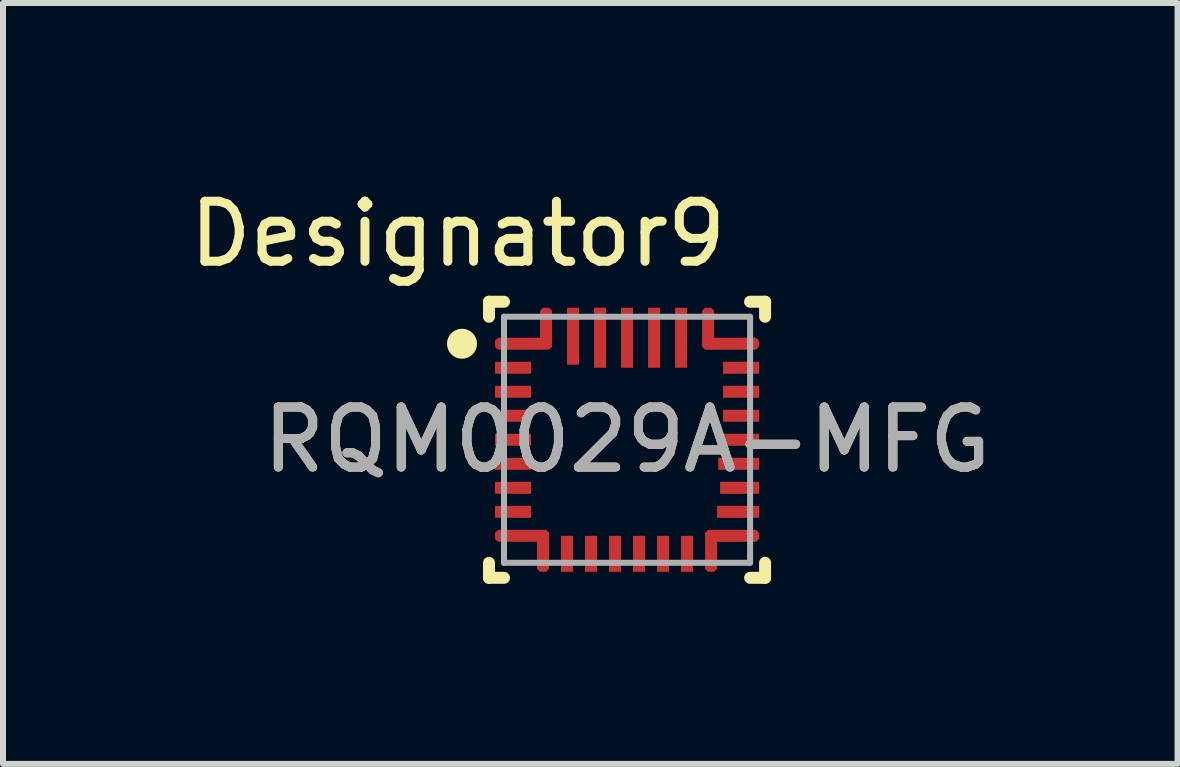
<source format=kicad_pcb>
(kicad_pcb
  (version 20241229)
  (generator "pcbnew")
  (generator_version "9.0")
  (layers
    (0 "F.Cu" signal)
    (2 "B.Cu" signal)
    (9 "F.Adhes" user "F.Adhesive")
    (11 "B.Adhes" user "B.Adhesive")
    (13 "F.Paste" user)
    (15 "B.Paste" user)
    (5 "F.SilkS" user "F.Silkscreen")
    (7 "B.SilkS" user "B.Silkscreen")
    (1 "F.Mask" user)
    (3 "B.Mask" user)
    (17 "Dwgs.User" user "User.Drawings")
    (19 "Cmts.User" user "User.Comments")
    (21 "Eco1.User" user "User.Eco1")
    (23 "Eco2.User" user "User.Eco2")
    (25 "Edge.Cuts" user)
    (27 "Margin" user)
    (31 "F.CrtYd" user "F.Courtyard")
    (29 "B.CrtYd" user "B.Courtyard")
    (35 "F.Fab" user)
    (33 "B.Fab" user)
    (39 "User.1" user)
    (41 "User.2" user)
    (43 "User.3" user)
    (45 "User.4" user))
  (footprint "RQM0029A-MFG"
    (layer "F.Cu")
    (at 7.397 4.277)
    (property "Reference" "RQM0029A-MFG" (at 0 0 0) (unlocked yes) (layer "F.SilkS") (effects (font (size 1 1) (thickness 0.15))))
    (attr smd)
    (fp_poly (pts (xy -2.2 -1.65) (xy -2.15 -1.7) (xy -1.45 -1.7) (xy -1.45 -2.15) (xy -1.4 -2.2) (xy -1.3 -2.2) (xy -1.25 -2.15) (xy -1.25 -1.55) (xy -1.3 -1.5) (xy -2.15 -1.5) (xy -2.2 -1.55)) (stroke (width 0) (type solid)) (fill yes) (layer "F.Cu"))
    (fp_poly (pts (xy -2.2 1.65) (xy -2.15 1.7) (xy -1.5 1.7) (xy -1.5 2.15) (xy -1.45 2.2) (xy -1.35 2.2) (xy -1.3 2.15) (xy -1.3 1.55) (xy -1.35 1.5) (xy -2.15 1.5) (xy -2.2 1.55)) (stroke (width 0) (type solid)) (fill yes) (layer "F.Cu"))
    (fp_poly (pts (xy 2.2 -1.65) (xy 2.15 -1.7) (xy 1.45 -1.7) (xy 1.45 -2.15) (xy 1.4 -2.2) (xy 1.3 -2.2) (xy 1.25 -2.15) (xy 1.25 -1.55) (xy 1.3 -1.5) (xy 2.15 -1.5) (xy 2.2 -1.55)) (stroke (width 0) (type solid)) (fill yes) (layer "F.Cu"))
    (fp_poly (pts (xy 2.2 1.65) (xy 2.15 1.7) (xy 1.5 1.7) (xy 1.5 2.15) (xy 1.45 2.2) (xy 1.35 2.2) (xy 1.3 2.15) (xy 1.3 1.55) (xy 1.35 1.5) (xy 2.15 1.5) (xy 2.2 1.55)) (stroke (width 0) (type solid)) (fill yes) (layer "F.Cu"))
    (fp_poly (pts (xy -2.2 -1.65) (xy -2.15 -1.7) (xy -1.45 -1.7) (xy -1.45 -2.15) (xy -1.4 -2.2) (xy -1.3 -2.2) (xy -1.25 -2.15) (xy -1.25 -1.55) (xy -1.3 -1.5) (xy -2.15 -1.5) (xy -2.2 -1.55)) (stroke (width 0) (type solid)) (fill yes) (layer "F.Mask"))
    (fp_poly (pts (xy -2.2 1.65) (xy -2.2 1.55) (xy -2.15 1.5) (xy -1.35 1.5) (xy -1.3 1.55) (xy -1.3 2.15) (xy -1.35 2.2) (xy -1.45 2.2) (xy -1.5 2.15) (xy -1.5 1.7) (xy -2.15 1.7)) (stroke (width 0) (type solid)) (fill yes) (layer "F.Mask"))
    (fp_poly (pts (xy 2.2 -1.65) (xy 2.2 -1.55) (xy 2.15 -1.5) (xy 1.3 -1.5) (xy 1.25 -1.55) (xy 1.25 -2.15) (xy 1.3 -2.2) (xy 1.4 -2.2) (xy 1.45 -2.15) (xy 1.45 -1.7) (xy 2.15 -1.7)) (stroke (width 0) (type solid)) (fill yes) (layer "F.Mask"))
    (fp_poly (pts (xy 2.2 1.65) (xy 2.15 1.7) (xy 1.5 1.7) (xy 1.5 2.15) (xy 1.45 2.2) (xy 1.35 2.2) (xy 1.3 2.15) (xy 1.3 1.55) (xy 1.35 1.5) (xy 2.15 1.5) (xy 2.2 1.55)) (stroke (width 0) (type solid)) (fill yes) (layer "F.Mask"))
    (fp_line (start -2.3 -2.3) (end -2.05 -2.3) (stroke (width 0.2) (type solid)) (layer "F.SilkS"))
    (fp_line (start -2.3 -2.05) (end -2.3 -2.3) (stroke (width 0.2) (type solid)) (layer "F.SilkS"))
    (fp_line (start -2.3 2.3) (end -2.3 2.05) (stroke (width 0.2) (type solid)) (layer "F.SilkS"))
    (fp_line (start -2.3 2.3) (end -2.05 2.3) (stroke (width 0.2) (type solid)) (layer "F.SilkS"))
    (fp_line (start 2.05 -2.3) (end 2.3 -2.3) (stroke (width 0.2) (type solid)) (layer "F.SilkS"))
    (fp_line (start 2.05 2.3) (end 2.3 2.3) (stroke (width 0.2) (type solid)) (layer "F.SilkS"))
    (fp_line (start 2.3 -2.05) (end 2.3 -2.3) (stroke (width 0.2) (type solid)) (layer "F.SilkS"))
    (fp_line (start 2.3 2.3) (end 2.3 2.05) (stroke (width 0.2) (type solid)) (layer "F.SilkS"))
    (fp_circle (center -2.75 -1.6) (end -2.625 -1.6) (stroke (width 0.25) (type solid)) (fill no) (layer "F.SilkS"))
    (fp_poly (pts (xy -2.2 -1.65) (xy -2.15 -1.7) (xy -1.45 -1.7) (xy -1.45 -2.15) (xy -1.4 -2.2) (xy -1.3 -2.2) (xy -1.25 -2.15) (xy -1.25 -1.55) (xy -1.3 -1.5) (xy -2.15 -1.5) (xy -2.2 -1.55)) (stroke (width 0) (type solid)) (fill yes) (layer "F.Paste"))
    (fp_poly (pts (xy -2.2 1.65) (xy -2.2 1.55) (xy -2.15 1.5) (xy -1.35 1.5) (xy -1.3 1.55) (xy -1.3 2.15) (xy -1.35 2.2) (xy -1.45 2.2) (xy -1.5 2.15) (xy -1.5 1.7) (xy -2.15 1.7)) (stroke (width 0) (type solid)) (fill yes) (layer "F.Paste"))
    (fp_poly (pts (xy 2.2 -1.65) (xy 2.2 -1.55) (xy 2.15 -1.5) (xy 1.3 -1.5) (xy 1.25 -1.55) (xy 1.25 -2.15) (xy 1.3 -2.2) (xy 1.4 -2.2) (xy 1.45 -2.15) (xy 1.45 -1.7) (xy 2.15 -1.7)) (stroke (width 0) (type solid)) (fill yes) (layer "F.Paste"))
    (fp_poly (pts (xy 2.2 1.65) (xy 2.15 1.7) (xy 1.5 1.7) (xy 1.5 2.15) (xy 1.45 2.2) (xy 1.35 2.2) (xy 1.3 2.15) (xy 1.3 1.55) (xy 1.35 1.5) (xy 2.15 1.5) (xy 2.2 1.55)) (stroke (width 0) (type solid)) (fill yes) (layer "F.Paste"))
    (fp_line (start -2.05 -2.05) (end 2.05 -2.05) (stroke (width 0.1) (type solid)) (layer "F.Fab"))
    (fp_line (start -2.05 2.05) (end -2.05 -2.05) (stroke (width 0.1) (type solid)) (layer "F.Fab"))
    (fp_line (start -2.05 2.05) (end 2.05 2.05) (stroke (width 0.1) (type solid)) (layer "F.Fab"))
    (fp_line (start 2.05 2.05) (end 2.05 -2.05) (stroke (width 0.1) (type solid)) (layer "F.Fab"))
    (fp_text user "Designator9" (at -2.819 -3.429 0) (unlocked yes) (layer "F.SilkS") (effects (font (size 1 1) (thickness 0.15))))
    (fp_text user "${REFERENCE}" (at 0 0 0) (unlocked yes) (layer "F.Fab") (effects (font (size 1 1) (thickness 0.15))))
    (pad "1" smd circle (at -1.369 -1.631) (size 0.192 0.192) (layers "F.Cu" "F.Mask" "F.Paste"))
    (pad "2" smd rect (at -1.9 -1.2) (size 0.6 0.2) (layers "F.Cu" "F.Mask" "F.Paste"))
    (pad "3" smd rect (at -1.9 -0.8) (size 0.6 0.2) (layers "F.Cu" "F.Mask" "F.Paste"))
    (pad "4" smd rect (at -1.9 -0.4) (size 0.6 0.2) (layers "F.Cu" "F.Mask" "F.Paste"))
    (pad "5" smd rect (at -1.9 0) (size 0.6 0.2) (layers "F.Cu" "F.Mask" "F.Paste"))
    (pad "6" smd rect (at -1.9 0.4) (size 0.6 0.2) (layers "F.Cu" "F.Mask" "F.Paste"))
    (pad "7" smd rect (at -1.9 0.8) (size 0.6 0.2) (layers "F.Cu" "F.Mask" "F.Paste"))
    (pad "8" smd rect (at -1.9 1.2) (size 0.6 0.2) (layers "F.Cu" "F.Mask" "F.Paste"))
    (pad "9" smd circle (at -1.412 1.937) (size 0.158 0.158) (layers "F.Cu" "F.Mask" "F.Paste"))
    (pad "10" smd rect (at -1 1.9 90) (size 0.6 0.2) (layers "F.Cu" "F.Mask" "F.Paste"))
    (pad "11" smd rect (at -0.6 1.9 90) (size 0.6 0.2) (layers "F.Cu" "F.Mask" "F.Paste"))
    (pad "12" smd rect (at -0.2 1.9 90) (size 0.6 0.2) (layers "F.Cu" "F.Mask" "F.Paste"))
    (pad "13" smd rect (at 0.2 1.9 90) (size 0.6 0.2) (layers "F.Cu" "F.Mask" "F.Paste"))
    (pad "14" smd rect (at 0.6 1.9 90) (size 0.6 0.2) (layers "F.Cu" "F.Mask" "F.Paste"))
    (pad "15" smd rect (at 1 1.9 90) (size 0.6 0.2) (layers "F.Cu" "F.Mask" "F.Paste"))
    (pad "16" smd circle (at 1.431 1.631) (size 0.175 0.175) (layers "F.Cu" "F.Mask" "F.Paste"))
    (pad "17" smd rect (at 1.85 1.2) (size 0.7 0.2) (layers "F.Cu" "F.Mask" "F.Paste"))
    (pad "18" smd rect (at 1.875 0.8) (size 0.65 0.2) (layers "F.Cu" "F.Mask" "F.Paste"))
    (pad "19" smd rect (at 1.86 0.4) (size 0.68 0.2) (layers "F.Cu" "F.Mask" "F.Paste"))
    (pad "20" smd rect (at 1.9 0) (size 0.6 0.2) (layers "F.Cu" "F.Mask" "F.Paste"))
    (pad "21" smd rect (at 1.9 -0.4) (size 0.6 0.2) (layers "F.Cu" "F.Mask" "F.Paste"))
    (pad "22" smd rect (at 1.9 -0.8) (size 0.6 0.2) (layers "F.Cu" "F.Mask" "F.Paste"))
    (pad "23" smd rect (at 1.9 -1.2) (size 0.6 0.2) (layers "F.Cu" "F.Mask" "F.Paste"))
    (pad "24" smd circle (at 1.381 -1.631) (size 0.175 0.175) (layers "F.Cu" "F.Mask" "F.Paste"))
    (pad "25" smd rect (at 0.9 -1.7) (size 0.2 1) (layers "F.Cu" "F.Mask" "F.Paste"))
    (pad "26" smd rect (at 0.45 -1.7) (size 0.2 1) (layers "F.Cu" "F.Mask" "F.Paste"))
    (pad "27" smd rect (at 0 -1.7) (size 0.2 1) (layers "F.Cu" "F.Mask" "F.Paste"))
    (pad "28" smd rect (at -0.45 -1.7) (size 0.2 1) (layers "F.Cu" "F.Mask" "F.Paste"))
    (pad "29" smd rect (at -0.9 -1.725) (size 0.2 0.95) (layers "F.Cu" "F.Mask" "F.Paste")))
  (gr_rect
    (start -3 -3)
    (end 16.569 9.677)
    (stroke (width 0.1) (type default))
    (fill no)
    (layer "Edge.Cuts")))
</source>
